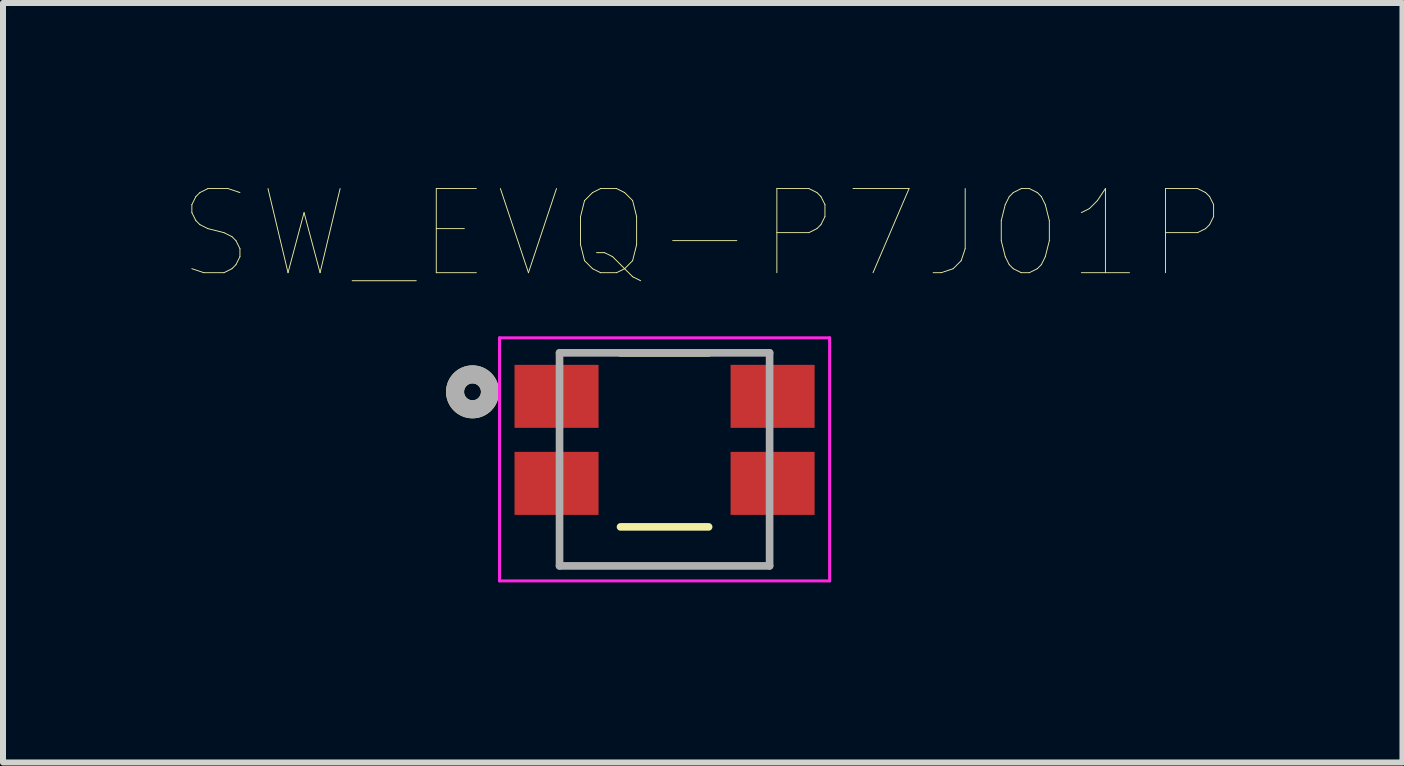
<source format=kicad_pcb>
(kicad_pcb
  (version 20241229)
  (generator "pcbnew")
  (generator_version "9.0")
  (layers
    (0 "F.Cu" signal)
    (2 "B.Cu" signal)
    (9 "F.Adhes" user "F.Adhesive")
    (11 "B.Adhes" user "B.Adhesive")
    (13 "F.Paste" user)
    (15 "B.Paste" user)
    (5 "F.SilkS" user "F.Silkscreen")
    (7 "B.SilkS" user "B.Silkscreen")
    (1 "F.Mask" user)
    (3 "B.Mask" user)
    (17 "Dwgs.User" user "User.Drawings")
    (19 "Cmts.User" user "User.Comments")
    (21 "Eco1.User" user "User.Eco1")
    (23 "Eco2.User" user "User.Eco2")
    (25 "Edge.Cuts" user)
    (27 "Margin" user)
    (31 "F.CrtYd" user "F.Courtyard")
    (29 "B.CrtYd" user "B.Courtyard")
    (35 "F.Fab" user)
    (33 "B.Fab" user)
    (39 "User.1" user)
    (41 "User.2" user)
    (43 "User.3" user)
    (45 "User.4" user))
  (footprint "SW_EVQ-P7J01P"
    (layer "F.Cu")
    (at 8.023 4.279)
    (property "Reference" "SW_EVQ-P7J01P" (at 0.636 -3.433 0) (layer "F.SilkS") (effects (font (size 1.402 1.402) (thickness 0.015))))
    (attr through_hole)
    (fp_line (start -0.734 -1.45) (end 0.734 -1.45) (stroke (width 0.127) (type solid)) (layer "F.SilkS"))
    (fp_line (start 0.734 1.45) (end -0.734 1.45) (stroke (width 0.127) (type solid)) (layer "F.SilkS"))
    (fp_circle (center -3.2 -0.8) (end -3.059 -0.8) (stroke (width 0.3) (type solid)) (fill no) (layer "F.SilkS"))
    (fp_line (start -2.75 -1.7) (end 2.75 -1.7) (stroke (width 0.05) (type solid)) (layer "F.CrtYd"))
    (fp_line (start -2.75 2.35) (end -2.75 -1.7) (stroke (width 0.05) (type solid)) (layer "F.CrtYd"))
    (fp_line (start 2.75 -1.7) (end 2.75 2.35) (stroke (width 0.05) (type solid)) (layer "F.CrtYd"))
    (fp_line (start 2.75 2.35) (end -2.75 2.35) (stroke (width 0.05) (type solid)) (layer "F.CrtYd"))
    (fp_line (start -1.75 -1.45) (end 1.75 -1.45) (stroke (width 0.127) (type solid)) (layer "F.Fab"))
    (fp_line (start -1.75 2.1) (end -1.75 -1.45) (stroke (width 0.127) (type solid)) (layer "F.Fab"))
    (fp_line (start 1.75 -1.45) (end 1.75 2.1) (stroke (width 0.127) (type solid)) (layer "F.Fab"))
    (fp_line (start 1.75 2.1) (end -1.75 2.1) (stroke (width 0.127) (type solid)) (layer "F.Fab"))
    (fp_circle (center -3.2 -0.8) (end -3.059 -0.8) (stroke (width 0.3) (type solid)) (fill no) (layer "F.Fab"))
    (pad "1_1" smd rect (at -1.8 -0.725) (size 1.4 1.05) (layers "F.Cu" "F.Mask" "F.Paste"))
    (pad "1_2" smd rect (at 1.8 -0.725) (size 1.4 1.05) (layers "F.Cu" "F.Mask" "F.Paste"))
    (pad "2_1" smd rect (at -1.8 0.725) (size 1.4 1.05) (layers "F.Cu" "F.Mask" "F.Paste"))
    (pad "2_2" smd rect (at 1.8 0.725) (size 1.4 1.05) (layers "F.Cu" "F.Mask" "F.Paste")))
  (gr_rect
    (start -3 -3)
    (end 20.318 9.654)
    (stroke (width 0.1) (type default))
    (fill no)
    (layer "Edge.Cuts")))
</source>
